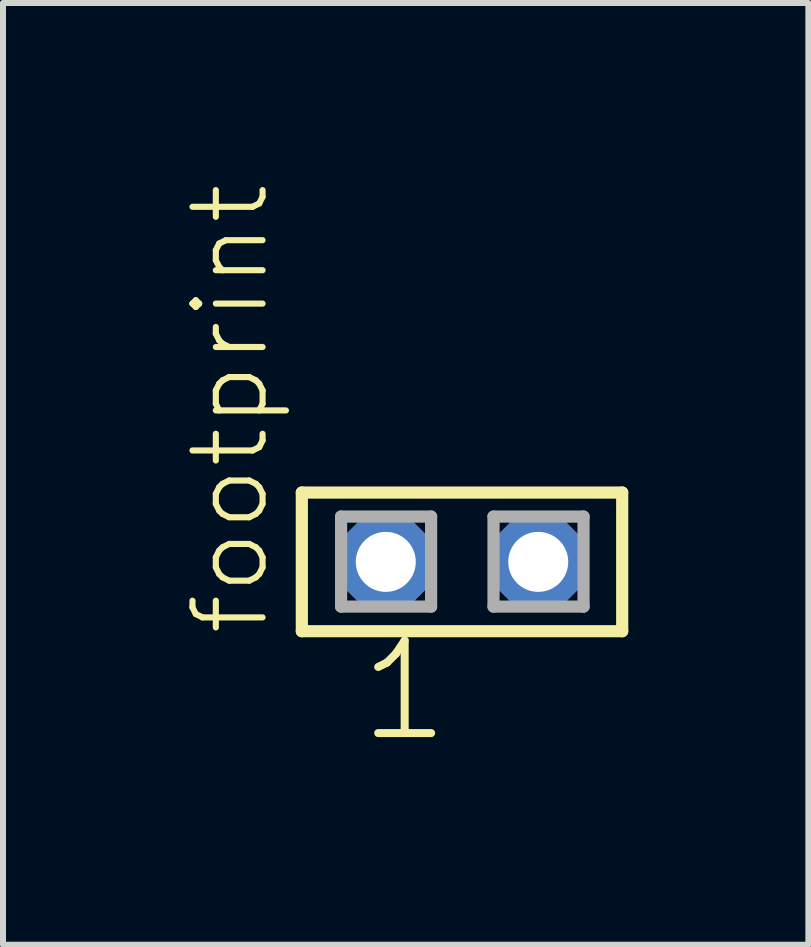
<source format=kicad_pcb>
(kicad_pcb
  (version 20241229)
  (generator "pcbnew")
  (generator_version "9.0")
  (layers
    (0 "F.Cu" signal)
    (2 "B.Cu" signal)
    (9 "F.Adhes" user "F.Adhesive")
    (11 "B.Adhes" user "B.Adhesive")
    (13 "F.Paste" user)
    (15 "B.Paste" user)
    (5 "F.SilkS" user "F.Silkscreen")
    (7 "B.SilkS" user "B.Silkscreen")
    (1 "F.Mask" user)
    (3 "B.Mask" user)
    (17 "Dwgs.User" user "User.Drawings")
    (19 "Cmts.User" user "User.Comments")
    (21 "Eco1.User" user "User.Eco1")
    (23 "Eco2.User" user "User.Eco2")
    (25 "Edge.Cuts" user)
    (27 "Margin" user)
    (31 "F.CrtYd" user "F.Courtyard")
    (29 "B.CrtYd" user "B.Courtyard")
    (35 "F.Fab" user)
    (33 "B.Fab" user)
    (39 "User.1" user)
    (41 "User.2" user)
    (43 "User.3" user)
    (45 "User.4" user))
  (footprint "footprint"
    (layer "F.Cu")
    (at 4.648 6.312)
    (property "Reference" "footprint" (at -3.175 1.27 90) (layer "F.SilkS") (effects (font (size 1.168 1.168) (thickness 0.102)) (justify left bottom)))
    (fp_line (start -2.669 -1.155) (end 2.669 -1.155) (stroke (width 0.203) (type solid)) (layer "F.SilkS"))
    (fp_line (start -2.669 1.155) (end -2.669 -1.155) (stroke (width 0.203) (type solid)) (layer "F.SilkS"))
    (fp_line (start 2.669 -1.155) (end 2.669 1.155) (stroke (width 0.203) (type solid)) (layer "F.SilkS"))
    (fp_line (start 2.669 1.155) (end -2.669 1.155) (stroke (width 0.203) (type solid)) (layer "F.SilkS"))
    (fp_line (start -2.015 -0.755) (end -0.515 -0.755) (stroke (width 0.203) (type solid)) (layer "F.Fab"))
    (fp_line (start -2.015 0.745) (end -2.015 -0.755) (stroke (width 0.203) (type solid)) (layer "F.Fab"))
    (fp_line (start -0.515 -0.755) (end -0.515 0.745) (stroke (width 0.203) (type solid)) (layer "F.Fab"))
    (fp_line (start -0.515 0.745) (end -2.015 0.745) (stroke (width 0.203) (type solid)) (layer "F.Fab"))
    (fp_line (start 0.525 -0.755) (end 2.025 -0.755) (stroke (width 0.203) (type solid)) (layer "F.Fab"))
    (fp_line (start 0.525 0.745) (end 0.525 -0.755) (stroke (width 0.203) (type solid)) (layer "F.Fab"))
    (fp_line (start 2.025 -0.755) (end 2.025 0.745) (stroke (width 0.203) (type solid)) (layer "F.Fab"))
    (fp_line (start 2.025 0.745) (end 0.525 0.745) (stroke (width 0.203) (type solid)) (layer "F.Fab"))
    (fp_text user "1" (at -1.778 3.048 0) (layer "F.SilkS") (effects (font (size 1.542 1.542) (thickness 0.134)) (justify left bottom)))
    (pad "1" thru_hole roundrect (at -1.27 0) (size 1.5 1.5) (drill 1) (layers "*.Cu" "*.Mask") (roundrect_rratio 0.25) (chamfer_ratio 0.25) (chamfer top_left top_right bottom_left bottom_right))
    (pad "2" thru_hole roundrect (at 1.27 0) (size 1.5 1.5) (drill 1) (layers "*.Cu" "*.Mask") (roundrect_rratio 0.25) (chamfer_ratio 0.25) (chamfer top_left top_right bottom_left bottom_right)))
  (gr_rect
    (start -3 -3)
    (end 10.419 12.691)
    (stroke (width 0.1) (type default))
    (fill no)
    (layer "Edge.Cuts")))
</source>
